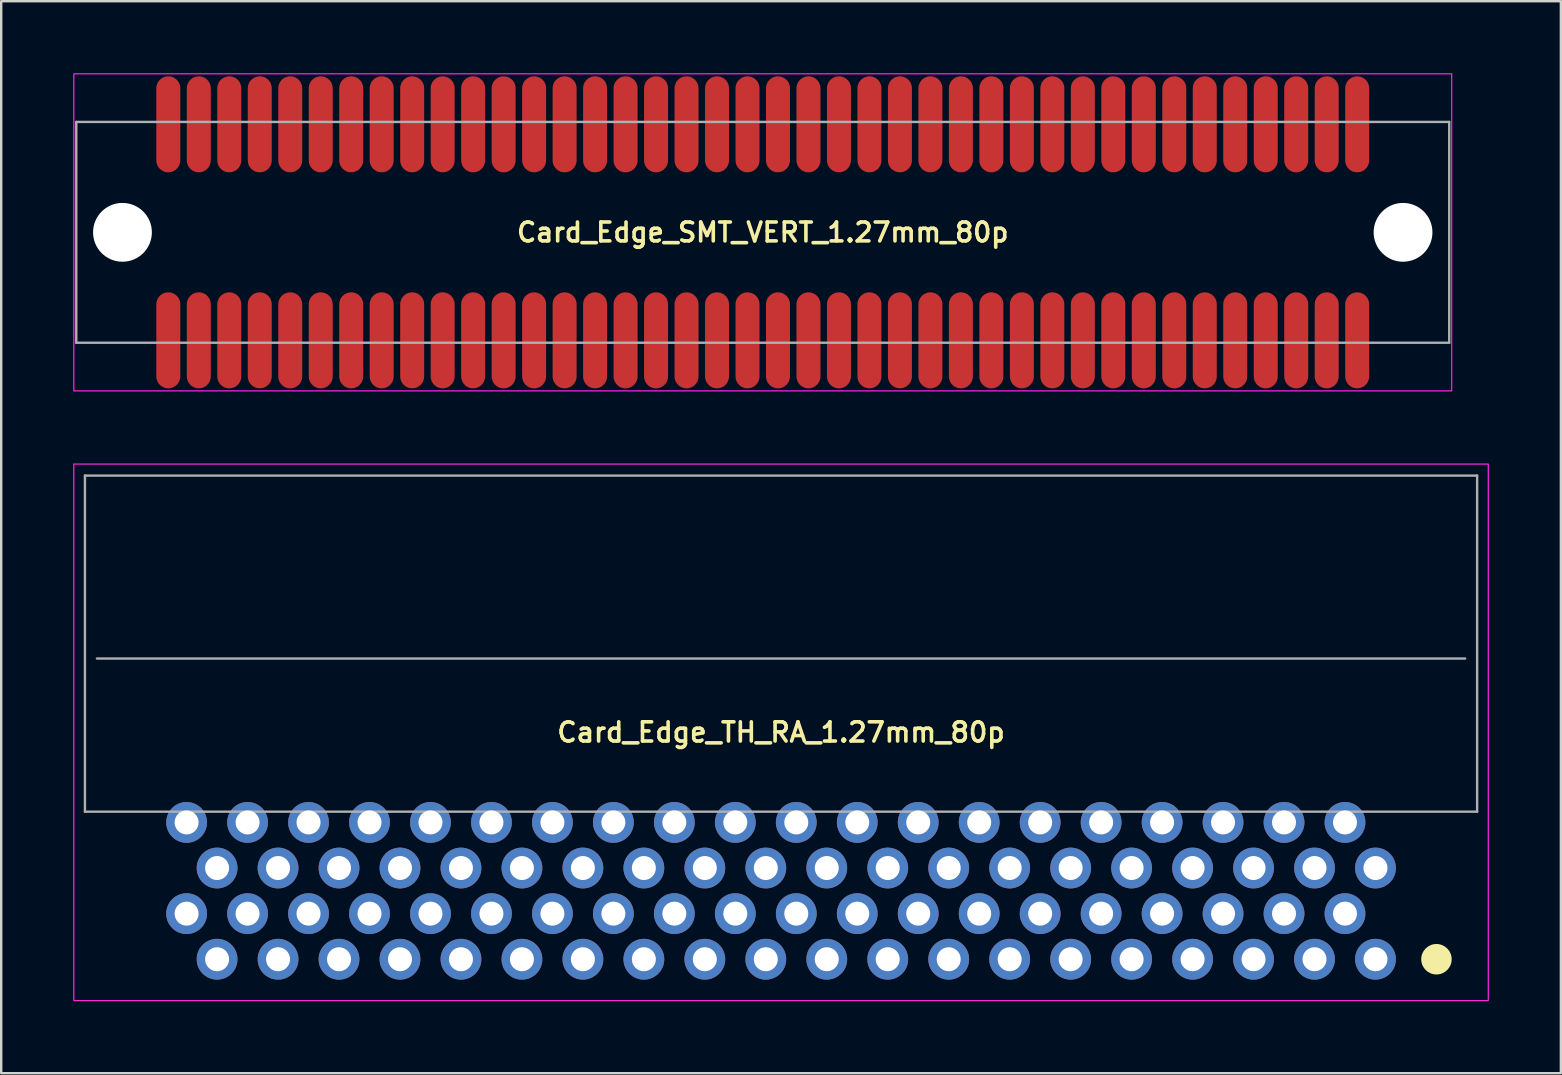
<source format=kicad_pcb>
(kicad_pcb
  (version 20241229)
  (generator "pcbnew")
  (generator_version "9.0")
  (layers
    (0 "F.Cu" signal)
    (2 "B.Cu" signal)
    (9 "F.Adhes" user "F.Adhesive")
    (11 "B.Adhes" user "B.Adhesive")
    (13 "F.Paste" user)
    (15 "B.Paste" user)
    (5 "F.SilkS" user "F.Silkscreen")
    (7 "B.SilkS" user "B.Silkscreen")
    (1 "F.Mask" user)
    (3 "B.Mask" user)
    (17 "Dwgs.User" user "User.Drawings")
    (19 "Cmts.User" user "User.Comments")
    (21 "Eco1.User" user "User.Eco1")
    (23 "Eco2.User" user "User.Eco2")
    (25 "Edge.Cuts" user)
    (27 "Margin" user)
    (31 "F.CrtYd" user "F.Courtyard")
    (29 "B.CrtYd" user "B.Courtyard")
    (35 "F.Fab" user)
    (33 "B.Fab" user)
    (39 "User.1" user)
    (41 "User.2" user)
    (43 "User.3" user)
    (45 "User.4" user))
  (footprint "Card_Edge_TH_RA_1.27mm_80p"
    (layer "F.Cu")
    (at 29.489 34.063)
    (property "Reference" "Card_Edge_TH_RA_1.27mm_80p" (at 0 -6.604 0) (layer "F.SilkS") (effects (font (size 0.8 0.8) (thickness 0.15))))
    (attr through_hole)
    (fp_circle (center 27.305 2.85) (end 27.94 2.85) (stroke (width 0) (type solid)) (fill yes) (layer "F.SilkS"))
    (fp_rect (start -29.464 -17.78) (end 29.464 4.572) (stroke (width 0.05) (type default)) (fill no) (layer "F.CrtYd"))
    (fp_line (start -29 -17.3) (end 29 -17.3) (stroke (width 0.1) (type solid)) (layer "F.Fab"))
    (fp_line (start -29 -3.299) (end -29 -17.3) (stroke (width 0.1) (type solid)) (layer "F.Fab"))
    (fp_line (start -28.501 -9.679) (end 28.501 -9.679) (stroke (width 0.1) (type solid)) (layer "F.Fab"))
    (fp_line (start 29 -17.3) (end 29 -3.299) (stroke (width 0.1) (type solid)) (layer "F.Fab"))
    (fp_line (start 29 -3.299) (end -29 -3.299) (stroke (width 0.1) (type solid)) (layer "F.Fab"))
    (fp_poly (pts (xy 28.512 -16.262) (xy 27.559 -16.579) (xy 28.512 -16.896)) (stroke (width 0.002) (type solid)) (fill no) (layer "F.Fab"))
    (pad "1" thru_hole circle (at 24.765 2.85) (size 1.7 1.7) (drill 1) (layers "*.Cu" "*.Mask"))
    (pad "2" thru_hole circle (at 23.495 0.95) (size 1.7 1.7) (drill 1) (layers "*.Cu" "*.Mask"))
    (pad "3" thru_hole circle (at 22.225 2.85) (size 1.7 1.7) (drill 1) (layers "*.Cu" "*.Mask"))
    (pad "4" thru_hole circle (at 20.955 0.95) (size 1.7 1.7) (drill 1) (layers "*.Cu" "*.Mask"))
    (pad "5" thru_hole circle (at 19.685 2.85) (size 1.7 1.7) (drill 1) (layers "*.Cu" "*.Mask"))
    (pad "6" thru_hole circle (at 18.415 0.95) (size 1.7 1.7) (drill 1) (layers "*.Cu" "*.Mask"))
    (pad "7" thru_hole circle (at 17.145 2.85) (size 1.7 1.7) (drill 1) (layers "*.Cu" "*.Mask"))
    (pad "8" thru_hole circle (at 15.875 0.95) (size 1.7 1.7) (drill 1) (layers "*.Cu" "*.Mask"))
    (pad "9" thru_hole circle (at 14.605 2.85) (size 1.7 1.7) (drill 1) (layers "*.Cu" "*.Mask"))
    (pad "10" thru_hole circle (at 13.335 0.95) (size 1.7 1.7) (drill 1) (layers "*.Cu" "*.Mask"))
    (pad "11" thru_hole circle (at 12.065 2.85) (size 1.7 1.7) (drill 1) (layers "*.Cu" "*.Mask"))
    (pad "12" thru_hole circle (at 10.795 0.95) (size 1.7 1.7) (drill 1) (layers "*.Cu" "*.Mask"))
    (pad "13" thru_hole circle (at 9.525 2.85) (size 1.7 1.7) (drill 1) (layers "*.Cu" "*.Mask"))
    (pad "14" thru_hole circle (at 8.255 0.95) (size 1.7 1.7) (drill 1) (layers "*.Cu" "*.Mask"))
    (pad "15" thru_hole circle (at 6.985 2.85) (size 1.7 1.7) (drill 1) (layers "*.Cu" "*.Mask"))
    (pad "16" thru_hole circle (at 5.715 0.95) (size 1.7 1.7) (drill 1) (layers "*.Cu" "*.Mask"))
    (pad "17" thru_hole circle (at 4.445 2.85) (size 1.7 1.7) (drill 1) (layers "*.Cu" "*.Mask"))
    (pad "18" thru_hole circle (at 3.175 0.95) (size 1.7 1.7) (drill 1) (layers "*.Cu" "*.Mask"))
    (pad "19" thru_hole circle (at 1.905 2.85) (size 1.7 1.7) (drill 1) (layers "*.Cu" "*.Mask"))
    (pad "20" thru_hole circle (at 0.635 0.95) (size 1.7 1.7) (drill 1) (layers "*.Cu" "*.Mask"))
    (pad "21" thru_hole circle (at -0.635 2.85) (size 1.7 1.7) (drill 1) (layers "*.Cu" "*.Mask"))
    (pad "22" thru_hole circle (at -1.905 0.95) (size 1.7 1.7) (drill 1) (layers "*.Cu" "*.Mask"))
    (pad "23" thru_hole circle (at -3.175 2.85) (size 1.7 1.7) (drill 1) (layers "*.Cu" "*.Mask"))
    (pad "24" thru_hole circle (at -4.445 0.95) (size 1.7 1.7) (drill 1) (layers "*.Cu" "*.Mask"))
    (pad "25" thru_hole circle (at -5.715 2.85) (size 1.7 1.7) (drill 1) (layers "*.Cu" "*.Mask"))
    (pad "26" thru_hole circle (at -6.985 0.95) (size 1.7 1.7) (drill 1) (layers "*.Cu" "*.Mask"))
    (pad "27" thru_hole circle (at -8.255 2.85) (size 1.7 1.7) (drill 1) (layers "*.Cu" "*.Mask"))
    (pad "28" thru_hole circle (at -9.525 0.95) (size 1.7 1.7) (drill 1) (layers "*.Cu" "*.Mask"))
    (pad "29" thru_hole circle (at -10.795 2.85) (size 1.7 1.7) (drill 1) (layers "*.Cu" "*.Mask"))
    (pad "30" thru_hole circle (at -12.065 0.95) (size 1.7 1.7) (drill 1) (layers "*.Cu" "*.Mask"))
    (pad "31" thru_hole circle (at -13.335 2.85) (size 1.7 1.7) (drill 1) (layers "*.Cu" "*.Mask"))
    (pad "32" thru_hole circle (at -14.605 0.95) (size 1.7 1.7) (drill 1) (layers "*.Cu" "*.Mask"))
    (pad "33" thru_hole circle (at -15.875 2.85) (size 1.7 1.7) (drill 1) (layers "*.Cu" "*.Mask"))
    (pad "34" thru_hole circle (at -17.145 0.95) (size 1.7 1.7) (drill 1) (layers "*.Cu" "*.Mask"))
    (pad "35" thru_hole circle (at -18.415 2.85) (size 1.7 1.7) (drill 1) (layers "*.Cu" "*.Mask"))
    (pad "36" thru_hole circle (at -19.685 0.95) (size 1.7 1.7) (drill 1) (layers "*.Cu" "*.Mask"))
    (pad "37" thru_hole circle (at -20.955 2.85) (size 1.7 1.7) (drill 1) (layers "*.Cu" "*.Mask"))
    (pad "38" thru_hole circle (at -22.225 0.95) (size 1.7 1.7) (drill 1) (layers "*.Cu" "*.Mask"))
    (pad "39" thru_hole circle (at -23.495 2.85) (size 1.7 1.7) (drill 1) (layers "*.Cu" "*.Mask"))
    (pad "40" thru_hole circle (at -24.765 0.95) (size 1.7 1.7) (drill 1) (layers "*.Cu" "*.Mask"))
    (pad "41" thru_hole circle (at -24.765 -2.85) (size 1.7 1.7) (drill 1) (layers "*.Cu" "*.Mask"))
    (pad "42" thru_hole circle (at -23.495 -0.95) (size 1.7 1.7) (drill 1) (layers "*.Cu" "*.Mask"))
    (pad "43" thru_hole circle (at -22.225 -2.85) (size 1.7 1.7) (drill 1) (layers "*.Cu" "*.Mask"))
    (pad "44" thru_hole circle (at -20.955 -0.95) (size 1.7 1.7) (drill 1) (layers "*.Cu" "*.Mask"))
    (pad "45" thru_hole circle (at -19.685 -2.85) (size 1.7 1.7) (drill 1) (layers "*.Cu" "*.Mask"))
    (pad "46" thru_hole circle (at -18.415 -0.95) (size 1.7 1.7) (drill 1) (layers "*.Cu" "*.Mask"))
    (pad "47" thru_hole circle (at -17.145 -2.85) (size 1.7 1.7) (drill 1) (layers "*.Cu" "*.Mask"))
    (pad "48" thru_hole circle (at -15.875 -0.95) (size 1.7 1.7) (drill 1) (layers "*.Cu" "*.Mask"))
    (pad "49" thru_hole circle (at -14.605 -2.85) (size 1.7 1.7) (drill 1) (layers "*.Cu" "*.Mask"))
    (pad "50" thru_hole circle (at -13.335 -0.95) (size 1.7 1.7) (drill 1) (layers "*.Cu" "*.Mask"))
    (pad "51" thru_hole circle (at -12.065 -2.85) (size 1.7 1.7) (drill 1) (layers "*.Cu" "*.Mask"))
    (pad "52" thru_hole circle (at -10.795 -0.95) (size 1.7 1.7) (drill 1) (layers "*.Cu" "*.Mask"))
    (pad "53" thru_hole circle (at -9.525 -2.85) (size 1.7 1.7) (drill 1) (layers "*.Cu" "*.Mask"))
    (pad "54" thru_hole circle (at -8.255 -0.95) (size 1.7 1.7) (drill 1) (layers "*.Cu" "*.Mask"))
    (pad "55" thru_hole circle (at -6.985 -2.85) (size 1.7 1.7) (drill 1) (layers "*.Cu" "*.Mask"))
    (pad "56" thru_hole circle (at -5.715 -0.95) (size 1.7 1.7) (drill 1) (layers "*.Cu" "*.Mask"))
    (pad "57" thru_hole circle (at -4.445 -2.85) (size 1.7 1.7) (drill 1) (layers "*.Cu" "*.Mask"))
    (pad "58" thru_hole circle (at -3.175 -0.95) (size 1.7 1.7) (drill 1) (layers "*.Cu" "*.Mask"))
    (pad "59" thru_hole circle (at -1.905 -2.85) (size 1.7 1.7) (drill 1) (layers "*.Cu" "*.Mask"))
    (pad "60" thru_hole circle (at -0.635 -0.95) (size 1.7 1.7) (drill 1) (layers "*.Cu" "*.Mask"))
    (pad "61" thru_hole circle (at 0.635 -2.85) (size 1.7 1.7) (drill 1) (layers "*.Cu" "*.Mask"))
    (pad "62" thru_hole circle (at 1.905 -0.95) (size 1.7 1.7) (drill 1) (layers "*.Cu" "*.Mask"))
    (pad "63" thru_hole circle (at 3.175 -2.85) (size 1.7 1.7) (drill 1) (layers "*.Cu" "*.Mask"))
    (pad "64" thru_hole circle (at 4.445 -0.95) (size 1.7 1.7) (drill 1) (layers "*.Cu" "*.Mask"))
    (pad "65" thru_hole circle (at 5.715 -2.85) (size 1.7 1.7) (drill 1) (layers "*.Cu" "*.Mask"))
    (pad "66" thru_hole circle (at 6.985 -0.95) (size 1.7 1.7) (drill 1) (layers "*.Cu" "*.Mask"))
    (pad "67" thru_hole circle (at 8.255 -2.85) (size 1.7 1.7) (drill 1) (layers "*.Cu" "*.Mask"))
    (pad "68" thru_hole circle (at 9.525 -0.95) (size 1.7 1.7) (drill 1) (layers "*.Cu" "*.Mask"))
    (pad "69" thru_hole circle (at 10.795 -2.85) (size 1.7 1.7) (drill 1) (layers "*.Cu" "*.Mask"))
    (pad "70" thru_hole circle (at 12.065 -0.95) (size 1.7 1.7) (drill 1) (layers "*.Cu" "*.Mask"))
    (pad "71" thru_hole circle (at 13.335 -2.85) (size 1.7 1.7) (drill 1) (layers "*.Cu" "*.Mask"))
    (pad "72" thru_hole circle (at 14.605 -0.95) (size 1.7 1.7) (drill 1) (layers "*.Cu" "*.Mask"))
    (pad "73" thru_hole circle (at 15.875 -2.85) (size 1.7 1.7) (drill 1) (layers "*.Cu" "*.Mask"))
    (pad "74" thru_hole circle (at 17.145 -0.95) (size 1.7 1.7) (drill 1) (layers "*.Cu" "*.Mask"))
    (pad "75" thru_hole circle (at 18.415 -2.85) (size 1.7 1.7) (drill 1) (layers "*.Cu" "*.Mask"))
    (pad "76" thru_hole circle (at 19.685 -0.95) (size 1.7 1.7) (drill 1) (layers "*.Cu" "*.Mask"))
    (pad "77" thru_hole circle (at 20.955 -2.85) (size 1.7 1.7) (drill 1) (layers "*.Cu" "*.Mask"))
    (pad "78" thru_hole circle (at 22.225 -0.95) (size 1.7 1.7) (drill 1) (layers "*.Cu" "*.Mask"))
    (pad "79" thru_hole circle (at 23.495 -2.85) (size 1.7 1.7) (drill 1) (layers "*.Cu" "*.Mask"))
    (pad "80" thru_hole circle (at 24.765 -0.95) (size 1.7 1.7) (drill 1) (layers "*.Cu" "*.Mask")))
  (footprint "Card_Edge_SMT_VERT_1.27mm_80p"
    (layer "F.Cu")
    (at 28.727 6.629)
    (property "Reference" "Card_Edge_SMT_VERT_1.27mm_80p" (at 0 0 0) (layer "F.SilkS") (effects (font (size 0.787 0.787) (thickness 0.15))))
    (attr smd)
    (fp_rect (start 28.702 6.604) (end -28.702 -6.604) (stroke (width 0.05) (type default)) (fill no) (layer "F.CrtYd"))
    (fp_line (start -28.6 -4.6) (end 28.6 -4.6) (stroke (width 0.1) (type solid)) (layer "F.Fab"))
    (fp_line (start -28.6 4.6) (end -28.6 -4.6) (stroke (width 0.1) (type solid)) (layer "F.Fab"))
    (fp_line (start 28.6 -4.6) (end 28.6 4.6) (stroke (width 0.1) (type solid)) (layer "F.Fab"))
    (fp_line (start 28.6 4.6) (end -28.6 4.6) (stroke (width 0.1) (type solid)) (layer "F.Fab"))
    (fp_poly (pts (xy 27.94 4.128) (xy 26.988 3.81) (xy 27.94 3.492)) (stroke (width 0.002) (type solid)) (fill no) (layer "F.Fab"))
    (pad "" np_thru_hole circle (at -26.675 0) (size 2.45 2.45) (drill 2.45) (layers "*.Cu" "*.Mask"))
    (pad "" np_thru_hole circle (at 26.675 0) (size 2.45 2.45) (drill 2.45) (layers "*.Cu" "*.Mask"))
    (pad "1" smd oval (at 24.765 4.5) (size 1 4) (layers "F.Cu" "F.Mask" "F.Paste"))
    (pad "2" smd oval (at 23.495 4.5) (size 1 4) (layers "F.Cu" "F.Mask" "F.Paste"))
    (pad "3" smd oval (at 22.225 4.5) (size 1 4) (layers "F.Cu" "F.Mask" "F.Paste"))
    (pad "4" smd oval (at 20.955 4.5) (size 1 4) (layers "F.Cu" "F.Mask" "F.Paste"))
    (pad "5" smd oval (at 19.685 4.5) (size 1 4) (layers "F.Cu" "F.Mask" "F.Paste"))
    (pad "6" smd oval (at 18.415 4.5) (size 1 4) (layers "F.Cu" "F.Mask" "F.Paste"))
    (pad "7" smd oval (at 17.145 4.5) (size 1 4) (layers "F.Cu" "F.Mask" "F.Paste"))
    (pad "8" smd oval (at 15.875 4.5) (size 1 4) (layers "F.Cu" "F.Mask" "F.Paste"))
    (pad "9" smd oval (at 14.605 4.5) (size 1 4) (layers "F.Cu" "F.Mask" "F.Paste"))
    (pad "10" smd oval (at 13.335 4.5) (size 1 4) (layers "F.Cu" "F.Mask" "F.Paste"))
    (pad "11" smd oval (at 12.065 4.5) (size 1 4) (layers "F.Cu" "F.Mask" "F.Paste"))
    (pad "12" smd oval (at 10.795 4.5) (size 1 4) (layers "F.Cu" "F.Mask" "F.Paste"))
    (pad "13" smd oval (at 9.525 4.5) (size 1 4) (layers "F.Cu" "F.Mask" "F.Paste"))
    (pad "14" smd oval (at 8.255 4.5) (size 1 4) (layers "F.Cu" "F.Mask" "F.Paste"))
    (pad "15" smd oval (at 6.985 4.5) (size 1 4) (layers "F.Cu" "F.Mask" "F.Paste"))
    (pad "16" smd oval (at 5.715 4.5) (size 1 4) (layers "F.Cu" "F.Mask" "F.Paste"))
    (pad "17" smd oval (at 4.445 4.5) (size 1 4) (layers "F.Cu" "F.Mask" "F.Paste"))
    (pad "18" smd oval (at 3.175 4.5) (size 1 4) (layers "F.Cu" "F.Mask" "F.Paste"))
    (pad "19" smd oval (at 1.905 4.5) (size 1 4) (layers "F.Cu" "F.Mask" "F.Paste"))
    (pad "20" smd oval (at 0.635 4.5) (size 1 4) (layers "F.Cu" "F.Mask" "F.Paste"))
    (pad "21" smd oval (at -0.635 4.5) (size 1 4) (layers "F.Cu" "F.Mask" "F.Paste"))
    (pad "22" smd oval (at -1.905 4.5) (size 1 4) (layers "F.Cu" "F.Mask" "F.Paste"))
    (pad "23" smd oval (at -3.175 4.5) (size 1 4) (layers "F.Cu" "F.Mask" "F.Paste"))
    (pad "24" smd oval (at -4.445 4.5) (size 1 4) (layers "F.Cu" "F.Mask" "F.Paste"))
    (pad "25" smd oval (at -5.715 4.5) (size 1 4) (layers "F.Cu" "F.Mask" "F.Paste"))
    (pad "26" smd oval (at -6.985 4.5) (size 1 4) (layers "F.Cu" "F.Mask" "F.Paste"))
    (pad "27" smd oval (at -8.255 4.5) (size 1 4) (layers "F.Cu" "F.Mask" "F.Paste"))
    (pad "28" smd oval (at -9.525 4.5) (size 1 4) (layers "F.Cu" "F.Mask" "F.Paste"))
    (pad "29" smd oval (at -10.795 4.5) (size 1 4) (layers "F.Cu" "F.Mask" "F.Paste"))
    (pad "30" smd oval (at -12.065 4.5) (size 1 4) (layers "F.Cu" "F.Mask" "F.Paste"))
    (pad "31" smd oval (at -13.335 4.5) (size 1 4) (layers "F.Cu" "F.Mask" "F.Paste"))
    (pad "32" smd oval (at -14.605 4.5) (size 1 4) (layers "F.Cu" "F.Mask" "F.Paste"))
    (pad "33" smd oval (at -15.875 4.5) (size 1 4) (layers "F.Cu" "F.Mask" "F.Paste"))
    (pad "34" smd oval (at -17.145 4.5) (size 1 4) (layers "F.Cu" "F.Mask" "F.Paste"))
    (pad "35" smd oval (at -18.415 4.5) (size 1 4) (layers "F.Cu" "F.Mask" "F.Paste"))
    (pad "36" smd oval (at -19.685 4.5) (size 1 4) (layers "F.Cu" "F.Mask" "F.Paste"))
    (pad "37" smd oval (at -20.955 4.5) (size 1 4) (layers "F.Cu" "F.Mask" "F.Paste"))
    (pad "38" smd oval (at -22.225 4.5) (size 1 4) (layers "F.Cu" "F.Mask" "F.Paste"))
    (pad "39" smd oval (at -23.495 4.5) (size 1 4) (layers "F.Cu" "F.Mask" "F.Paste"))
    (pad "40" smd oval (at -24.765 4.5) (size 1 4) (layers "F.Cu" "F.Mask" "F.Paste"))
    (pad "41" smd oval (at -24.765 -4.5 180) (size 1 4) (layers "F.Cu" "F.Mask" "F.Paste"))
    (pad "42" smd oval (at -23.495 -4.5 180) (size 1 4) (layers "F.Cu" "F.Mask" "F.Paste"))
    (pad "43" smd oval (at -22.225 -4.5 180) (size 1 4) (layers "F.Cu" "F.Mask" "F.Paste"))
    (pad "44" smd oval (at -20.955 -4.5 180) (size 1 4) (layers "F.Cu" "F.Mask" "F.Paste"))
    (pad "45" smd oval (at -19.685 -4.5 180) (size 1 4) (layers "F.Cu" "F.Mask" "F.Paste"))
    (pad "46" smd oval (at -18.415 -4.5 180) (size 1 4) (layers "F.Cu" "F.Mask" "F.Paste"))
    (pad "47" smd oval (at -17.145 -4.5 180) (size 1 4) (layers "F.Cu" "F.Mask" "F.Paste"))
    (pad "48" smd oval (at -15.875 -4.5 180) (size 1 4) (layers "F.Cu" "F.Mask" "F.Paste"))
    (pad "49" smd oval (at -14.605 -4.5 180) (size 1 4) (layers "F.Cu" "F.Mask" "F.Paste"))
    (pad "50" smd oval (at -13.335 -4.5 180) (size 1 4) (layers "F.Cu" "F.Mask" "F.Paste"))
    (pad "51" smd oval (at -12.065 -4.5 180) (size 1 4) (layers "F.Cu" "F.Mask" "F.Paste"))
    (pad "52" smd oval (at -10.795 -4.5 180) (size 1 4) (layers "F.Cu" "F.Mask" "F.Paste"))
    (pad "53" smd oval (at -9.525 -4.5 180) (size 1 4) (layers "F.Cu" "F.Mask" "F.Paste"))
    (pad "54" smd oval (at -8.255 -4.5 180) (size 1 4) (layers "F.Cu" "F.Mask" "F.Paste"))
    (pad "55" smd oval (at -6.985 -4.5 180) (size 1 4) (layers "F.Cu" "F.Mask" "F.Paste"))
    (pad "56" smd oval (at -5.715 -4.5 180) (size 1 4) (layers "F.Cu" "F.Mask" "F.Paste"))
    (pad "57" smd oval (at -4.445 -4.5 180) (size 1 4) (layers "F.Cu" "F.Mask" "F.Paste"))
    (pad "58" smd oval (at -3.175 -4.5 180) (size 1 4) (layers "F.Cu" "F.Mask" "F.Paste"))
    (pad "59" smd oval (at -1.905 -4.5 180) (size 1 4) (layers "F.Cu" "F.Mask" "F.Paste"))
    (pad "60" smd oval (at -0.635 -4.5 180) (size 1 4) (layers "F.Cu" "F.Mask" "F.Paste"))
    (pad "61" smd oval (at 0.635 -4.5 180) (size 1 4) (layers "F.Cu" "F.Mask" "F.Paste"))
    (pad "62" smd oval (at 1.905 -4.5 180) (size 1 4) (layers "F.Cu" "F.Mask" "F.Paste"))
    (pad "63" smd oval (at 3.175 -4.5 180) (size 1 4) (layers "F.Cu" "F.Mask" "F.Paste"))
    (pad "64" smd oval (at 4.445 -4.5 180) (size 1 4) (layers "F.Cu" "F.Mask" "F.Paste"))
    (pad "65" smd oval (at 5.715 -4.5 180) (size 1 4) (layers "F.Cu" "F.Mask" "F.Paste"))
    (pad "66" smd oval (at 6.985 -4.5 180) (size 1 4) (layers "F.Cu" "F.Mask" "F.Paste"))
    (pad "67" smd oval (at 8.255 -4.5 180) (size 1 4) (layers "F.Cu" "F.Mask" "F.Paste"))
    (pad "68" smd oval (at 9.525 -4.5 180) (size 1 4) (layers "F.Cu" "F.Mask" "F.Paste"))
    (pad "69" smd oval (at 10.795 -4.5 180) (size 1 4) (layers "F.Cu" "F.Mask" "F.Paste"))
    (pad "70" smd oval (at 12.065 -4.5 180) (size 1 4) (layers "F.Cu" "F.Mask" "F.Paste"))
    (pad "71" smd oval (at 13.335 -4.5 180) (size 1 4) (layers "F.Cu" "F.Mask" "F.Paste"))
    (pad "72" smd oval (at 14.605 -4.5 180) (size 1 4) (layers "F.Cu" "F.Mask" "F.Paste"))
    (pad "73" smd oval (at 15.875 -4.5 180) (size 1 4) (layers "F.Cu" "F.Mask" "F.Paste"))
    (pad "74" smd oval (at 17.145 -4.5 180) (size 1 4) (layers "F.Cu" "F.Mask" "F.Paste"))
    (pad "75" smd oval (at 18.415 -4.5 180) (size 1 4) (layers "F.Cu" "F.Mask" "F.Paste"))
    (pad "76" smd oval (at 19.685 -4.5 180) (size 1 4) (layers "F.Cu" "F.Mask" "F.Paste"))
    (pad "77" smd oval (at 20.955 -4.5 180) (size 1 4) (layers "F.Cu" "F.Mask" "F.Paste"))
    (pad "78" smd oval (at 22.225 -4.5 180) (size 1 4) (layers "F.Cu" "F.Mask" "F.Paste"))
    (pad "79" smd oval (at 23.495 -4.5 180) (size 1 4) (layers "F.Cu" "F.Mask" "F.Paste"))
    (pad "80" smd oval (at 24.765 -4.5 180) (size 1 4) (layers "F.Cu" "F.Mask" "F.Paste")))
  (gr_rect
    (start -3 -3)
    (end 61.978 41.66)
    (stroke (width 0.1) (type default))
    (fill no)
    (layer "Edge.Cuts")))
</source>
